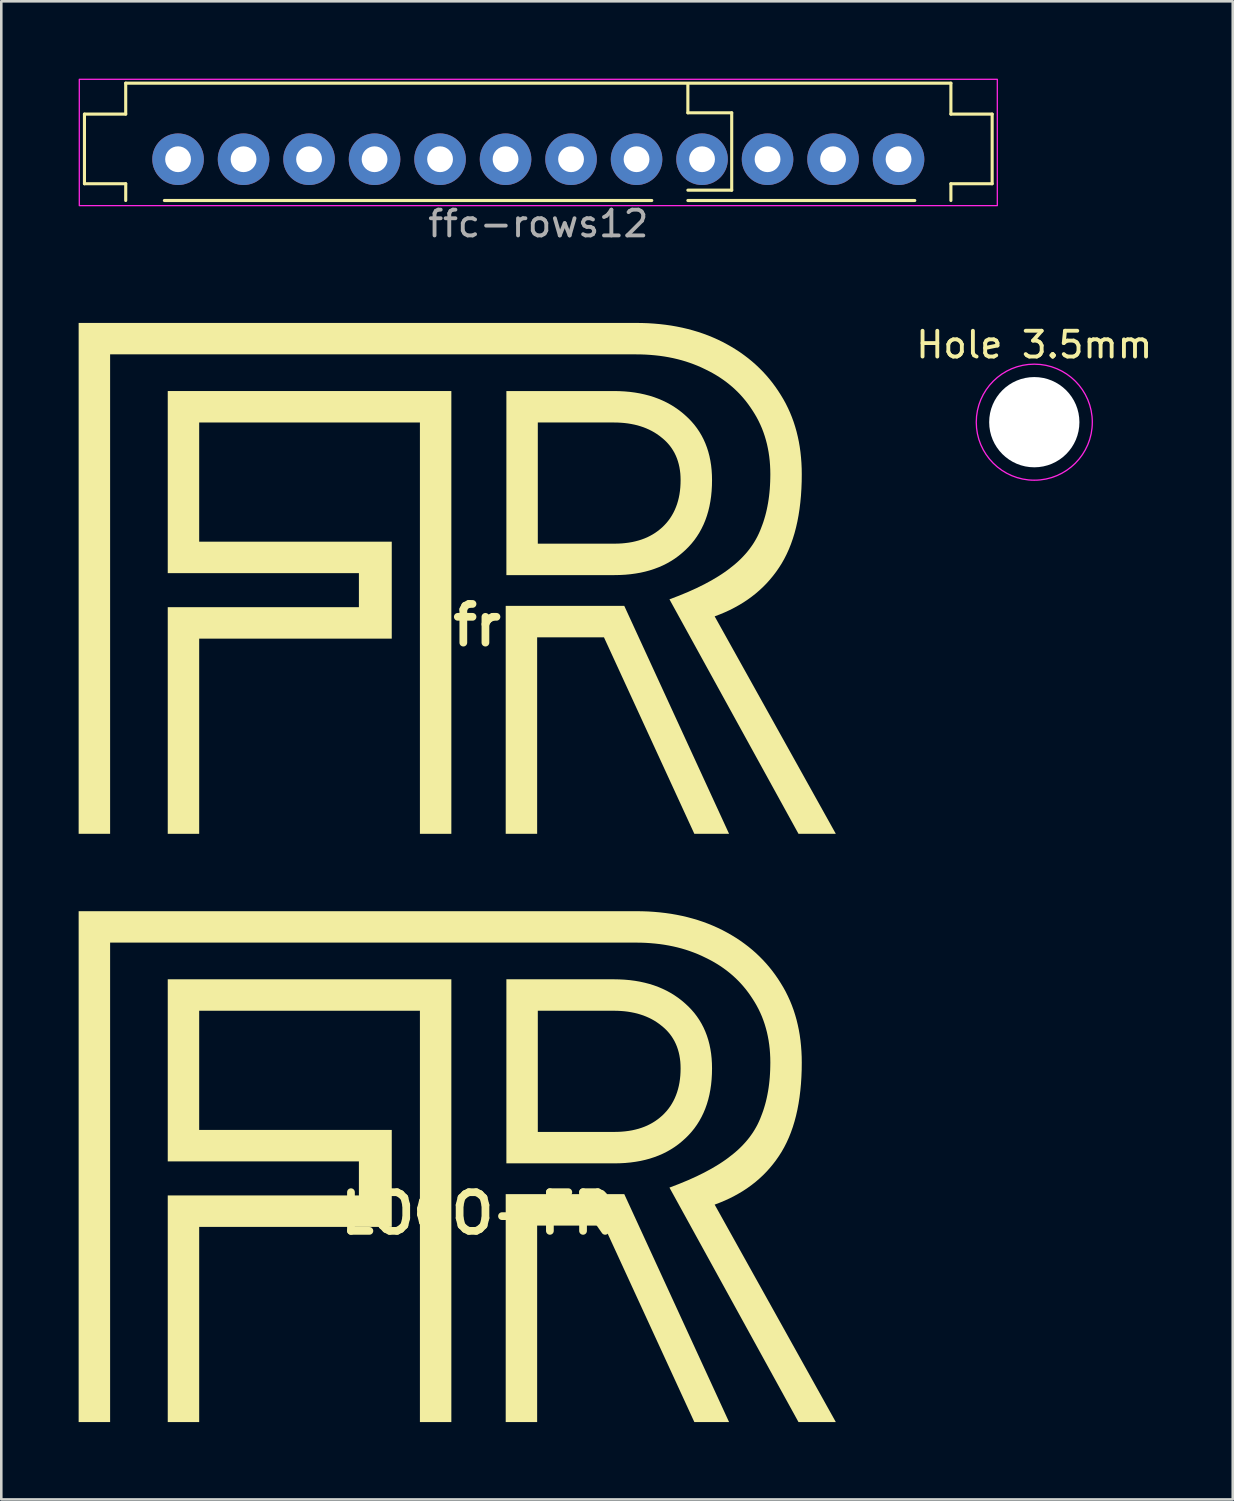
<source format=kicad_pcb>
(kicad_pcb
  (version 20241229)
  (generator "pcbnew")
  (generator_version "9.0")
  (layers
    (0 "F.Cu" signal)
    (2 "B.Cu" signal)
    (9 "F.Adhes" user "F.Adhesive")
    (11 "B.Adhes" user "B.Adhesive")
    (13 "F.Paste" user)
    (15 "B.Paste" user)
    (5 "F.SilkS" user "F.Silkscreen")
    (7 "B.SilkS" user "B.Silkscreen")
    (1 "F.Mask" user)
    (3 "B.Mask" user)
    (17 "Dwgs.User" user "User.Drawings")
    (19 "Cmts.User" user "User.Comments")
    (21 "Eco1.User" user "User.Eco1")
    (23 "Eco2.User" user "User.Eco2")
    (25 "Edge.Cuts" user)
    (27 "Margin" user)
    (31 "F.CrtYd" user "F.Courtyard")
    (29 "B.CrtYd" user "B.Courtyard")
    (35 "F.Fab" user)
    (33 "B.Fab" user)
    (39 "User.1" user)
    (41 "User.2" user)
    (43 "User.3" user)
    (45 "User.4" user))
  (footprint "ffc-rows12"
    (layer "F.Cu")
    (at 17.825 2.125)
    (property "Reference" "ffc-rows12" (at 0 3.5 0) (layer "F.Fab") (effects (font (size 1 1) (thickness 0.15))))
    (attr through_hole)
    (fp_line (start -17.6 -0.75) (end -16 -0.75) (stroke (width 0.12) (type default)) (layer "F.SilkS"))
    (fp_line (start -17.6 1.95) (end -17.6 -0.75) (stroke (width 0.12) (type default)) (layer "F.SilkS"))
    (fp_line (start -16 -1.95) (end 16 -1.95) (stroke (width 0.12) (type solid)) (layer "F.SilkS"))
    (fp_line (start -16 -0.75) (end -16 -1.95) (stroke (width 0.12) (type solid)) (layer "F.SilkS"))
    (fp_line (start -16 1.95) (end -17.6 1.95) (stroke (width 0.12) (type default)) (layer "F.SilkS"))
    (fp_line (start -16 2.6) (end -15.999 1.95) (stroke (width 0.12) (type default)) (layer "F.SilkS"))
    (fp_line (start 4.4 2.6) (end -14.5 2.6) (stroke (width 0.12) (type solid)) (layer "F.SilkS"))
    (fp_line (start 5.8 -0.8) (end 5.8 -1.9) (stroke (width 0.12) (type solid)) (layer "F.SilkS"))
    (fp_line (start 5.8 2.2) (end 7.5 2.2) (stroke (width 0.12) (type default)) (layer "F.SilkS"))
    (fp_line (start 7.5 -0.8) (end 5.8 -0.8) (stroke (width 0.12) (type default)) (layer "F.SilkS"))
    (fp_line (start 7.5 2.2) (end 7.5 -0.8) (stroke (width 0.12) (type default)) (layer "F.SilkS"))
    (fp_line (start 14.6 2.6) (end 5.8 2.6) (stroke (width 0.12) (type solid)) (layer "F.SilkS"))
    (fp_line (start 16 -0.75) (end 16 -1.95) (stroke (width 0.12) (type solid)) (layer "F.SilkS"))
    (fp_line (start 16 1.95) (end 17.6 1.95) (stroke (width 0.12) (type default)) (layer "F.SilkS"))
    (fp_line (start 16 2.6) (end 16 1.95) (stroke (width 0.12) (type default)) (layer "F.SilkS"))
    (fp_line (start 17.6 -0.75) (end 16 -0.75) (stroke (width 0.12) (type default)) (layer "F.SilkS"))
    (fp_line (start 17.6 1.95) (end 17.6 -0.75) (stroke (width 0.12) (type default)) (layer "F.SilkS"))
    (fp_rect (start -17.8 -2.1) (end 17.8 2.8) (stroke (width 0.05) (type default)) (fill no) (layer "F.CrtYd"))
    (pad "1" thru_hole circle (at -13.97 1) (size 2 2) (drill 1) (layers "*.Cu" "*.Mask"))
    (pad "2" thru_hole circle (at -11.43 1) (size 2 2) (drill 1) (layers "*.Cu" "*.Mask"))
    (pad "3" thru_hole circle (at -8.89 1) (size 2 2) (drill 1) (layers "*.Cu" "*.Mask"))
    (pad "4" thru_hole circle (at -6.35 1) (size 2 2) (drill 1) (layers "*.Cu" "*.Mask"))
    (pad "5" thru_hole circle (at -3.81 1) (size 2 2) (drill 1) (layers "*.Cu" "*.Mask"))
    (pad "6" thru_hole circle (at -1.27 1) (size 2 2) (drill 1) (layers "*.Cu" "*.Mask"))
    (pad "7" thru_hole circle (at 1.27 1) (size 2 2) (drill 1) (layers "*.Cu" "*.Mask"))
    (pad "8" thru_hole circle (at 3.81 1) (size 2 2) (drill 1) (layers "*.Cu" "*.Mask"))
    (pad "9" thru_hole circle (at 6.35 1) (size 2 2) (drill 1) (layers "*.Cu" "*.Mask"))
    (pad "10" thru_hole circle (at 8.89 1) (size 2 2) (drill 1) (layers "*.Cu" "*.Mask"))
    (pad "11" thru_hole circle (at 11.43 1) (size 2 2) (drill 1) (layers "*.Cu" "*.Mask"))
    (pad "12" thru_hole circle (at 13.97 1) (size 2 2) (drill 1) (layers "*.Cu" "*.Mask")))
  (footprint "LOGO-FR"
    (layer "F.Cu")
    (at 15.453 44.004)
    (property "Reference" "LOGO-FR" (at 0 0 0) (layer "F.SilkS") (effects (font (size 1.5 1.5) (thickness 0.3))))
    (attr board_only exclude_from_pos_files exclude_from_bom)
    (fp_poly (pts (xy 9.77 8.093) (xy 8.423 8.093) (xy 4.918 0.473) (xy 2.327 0.473) (xy 2.327 8.093) (xy 1.108 8.093) (xy 1.108 -0.746) (xy 5.706 -0.746)) (stroke (width 0) (type solid)) (fill yes) (layer "F.SilkS"))
    (fp_poly (pts (xy -1 8.093) (xy -2.219 8.093) (xy -2.219 -7.858) (xy -10.779 -7.858) (xy -10.779 -3.236) (xy -3.311 -3.236) (xy -3.311 -2.016) (xy -3.311 -0.696) (xy -3.311 0.524) (xy -10.779 0.524) (xy -10.779 8.093) (xy -11.998 8.093) (xy -11.998 -0.696) (xy -4.585 -0.696) (xy -4.585 -2.016) (xy -11.998 -2.016) (xy -11.998 -9.078) (xy -2.219 -9.078) (xy -1 -9.078)) (stroke (width 0) (type solid)) (fill yes) (layer "F.SilkS"))
    (fp_poly (pts (xy 5.512 -9.074) (xy 5.72 -9.063) (xy 5.923 -9.045) (xy 6.12 -9.019) (xy 6.312 -8.986) (xy 6.498 -8.945) (xy 6.679 -8.898) (xy 6.855 -8.843) (xy 7.025 -8.78) (xy 7.19 -8.71) (xy 7.35 -8.633) (xy 7.504 -8.549) (xy 7.653 -8.457) (xy 7.797 -8.358) (xy 7.935 -8.252) (xy 8.068 -8.138) (xy 8.194 -8.021) (xy 8.312 -7.898) (xy 8.422 -7.771) (xy 8.523 -7.638) (xy 8.617 -7.499) (xy 8.702 -7.356) (xy 8.78 -7.206) (xy 8.849 -7.052) (xy 8.91 -6.892) (xy 8.963 -6.727) (xy 9.008 -6.556) (xy 9.044 -6.38) (xy 9.073 -6.199) (xy 9.093 -6.013) (xy 9.105 -5.821) (xy 9.109 -5.623) (xy 9.105 -5.407) (xy 9.093 -5.197) (xy 9.073 -4.994) (xy 9.044 -4.796) (xy 9.008 -4.605) (xy 8.963 -4.419) (xy 8.91 -4.24) (xy 8.849 -4.067) (xy 8.78 -3.901) (xy 8.702 -3.74) (xy 8.617 -3.586) (xy 8.523 -3.437) (xy 8.422 -3.295) (xy 8.312 -3.159) (xy 8.194 -3.029) (xy 8.068 -2.905) (xy 7.938 -2.789) (xy 7.803 -2.679) (xy 7.662 -2.577) (xy 7.515 -2.483) (xy 7.363 -2.396) (xy 7.206 -2.317) (xy 7.043 -2.246) (xy 6.874 -2.182) (xy 6.7 -2.125) (xy 6.52 -2.076) (xy 6.335 -2.034) (xy 6.144 -2.001) (xy 5.947 -1.974) (xy 5.745 -1.955) (xy 5.538 -1.944) (xy 5.325 -1.94) (xy 1.134 -1.94) (xy 1.134 -3.159) (xy 2.353 -3.159) (xy 5.325 -3.159) (xy 5.469 -3.162) (xy 5.609 -3.169) (xy 5.746 -3.182) (xy 5.879 -3.199) (xy 6.008 -3.221) (xy 6.133 -3.249) (xy 6.255 -3.281) (xy 6.372 -3.318) (xy 6.486 -3.36) (xy 6.597 -3.407) (xy 6.703 -3.46) (xy 6.806 -3.517) (xy 6.905 -3.579) (xy 7 -3.646) (xy 7.091 -3.718) (xy 7.179 -3.794) (xy 7.265 -3.879) (xy 7.346 -3.967) (xy 7.421 -4.06) (xy 7.49 -4.156) (xy 7.554 -4.257) (xy 7.612 -4.361) (xy 7.665 -4.469) (xy 7.712 -4.582) (xy 7.754 -4.698) (xy 7.79 -4.818) (xy 7.821 -4.943) (xy 7.846 -5.071) (xy 7.865 -5.203) (xy 7.879 -5.339) (xy 7.887 -5.479) (xy 7.89 -5.623) (xy 7.887 -5.755) (xy 7.879 -5.882) (xy 7.864 -6.006) (xy 7.844 -6.126) (xy 7.818 -6.243) (xy 7.786 -6.355) (xy 7.749 -6.464) (xy 7.706 -6.569) (xy 7.657 -6.671) (xy 7.602 -6.768) (xy 7.542 -6.862) (xy 7.476 -6.952) (xy 7.404 -7.038) (xy 7.326 -7.121) (xy 7.243 -7.199) (xy 7.153 -7.274) (xy 7.063 -7.345) (xy 6.969 -7.411) (xy 6.872 -7.473) (xy 6.771 -7.53) (xy 6.667 -7.582) (xy 6.559 -7.63) (xy 6.448 -7.674) (xy 6.334 -7.712) (xy 6.217 -7.747) (xy 6.096 -7.776) (xy 5.971 -7.801) (xy 5.844 -7.822) (xy 5.713 -7.838) (xy 5.578 -7.849) (xy 5.44 -7.856) (xy 5.299 -7.858) (xy 2.353 -7.858) (xy 2.353 -3.159) (xy 1.134 -3.159) (xy 1.134 -9.078) (xy 5.299 -9.078)) (stroke (width 0) (type solid)) (fill yes) (layer "F.SilkS"))
    (fp_poly (pts (xy 6.399 -11.716) (xy 6.632 -11.708) (xy 6.861 -11.693) (xy 7.087 -11.673) (xy 7.309 -11.647) (xy 7.527 -11.616) (xy 7.742 -11.578) (xy 7.954 -11.535) (xy 8.161 -11.486) (xy 8.365 -11.431) (xy 8.566 -11.371) (xy 8.763 -11.305) (xy 8.957 -11.233) (xy 9.147 -11.155) (xy 9.333 -11.072) (xy 9.516 -10.983) (xy 9.694 -10.888) (xy 9.868 -10.789) (xy 10.036 -10.686) (xy 10.2 -10.578) (xy 10.358 -10.465) (xy 10.512 -10.348) (xy 10.661 -10.226) (xy 10.805 -10.1) (xy 10.943 -9.969) (xy 11.077 -9.834) (xy 11.206 -9.694) (xy 11.33 -9.549) (xy 11.449 -9.4) (xy 11.563 -9.246) (xy 11.672 -9.088) (xy 11.776 -8.925) (xy 11.875 -8.761) (xy 11.967 -8.594) (xy 12.052 -8.422) (xy 12.132 -8.247) (xy 12.205 -8.068) (xy 12.272 -7.886) (xy 12.332 -7.699) (xy 12.386 -7.509) (xy 12.433 -7.315) (xy 12.475 -7.117) (xy 12.51 -6.916) (xy 12.538 -6.711) (xy 12.56 -6.502) (xy 12.576 -6.289) (xy 12.586 -6.072) (xy 12.589 -5.852) (xy 12.586 -5.567) (xy 12.575 -5.289) (xy 12.558 -5.02) (xy 12.533 -4.758) (xy 12.502 -4.504) (xy 12.464 -4.258) (xy 12.419 -4.019) (xy 12.367 -3.788) (xy 12.308 -3.565) (xy 12.242 -3.35) (xy 12.169 -3.142) (xy 12.089 -2.942) (xy 12.002 -2.75) (xy 11.908 -2.565) (xy 11.808 -2.389) (xy 11.7 -2.22) (xy 11.589 -2.06) (xy 11.472 -1.907) (xy 11.349 -1.759) (xy 11.221 -1.616) (xy 11.086 -1.479) (xy 10.945 -1.348) (xy 10.799 -1.222) (xy 10.646 -1.102) (xy 10.487 -0.987) (xy 10.323 -0.878) (xy 10.152 -0.775) (xy 9.976 -0.677) (xy 9.794 -0.584) (xy 9.605 -0.497) (xy 9.411 -0.416) (xy 9.211 -0.34) (xy 13.91 8.093) (xy 12.462 8.093) (xy 7.458 -1) (xy 7.829 -1.142) (xy 8.177 -1.286) (xy 8.505 -1.434) (xy 8.811 -1.585) (xy 9.095 -1.739) (xy 9.358 -1.896) (xy 9.482 -1.976) (xy 9.6 -2.056) (xy 9.713 -2.137) (xy 9.82 -2.22) (xy 9.926 -2.303) (xy 10.028 -2.388) (xy 10.126 -2.475) (xy 10.219 -2.564) (xy 10.308 -2.655) (xy 10.393 -2.747) (xy 10.474 -2.841) (xy 10.551 -2.937) (xy 10.623 -3.035) (xy 10.692 -3.134) (xy 10.756 -3.236) (xy 10.816 -3.339) (xy 10.872 -3.444) (xy 10.923 -3.55) (xy 10.971 -3.659) (xy 11.014 -3.769) (xy 11.057 -3.881) (xy 11.098 -3.996) (xy 11.135 -4.113) (xy 11.17 -4.233) (xy 11.202 -4.354) (xy 11.231 -4.479) (xy 11.257 -4.605) (xy 11.281 -4.734) (xy 11.302 -4.866) (xy 11.32 -4.999) (xy 11.335 -5.135) (xy 11.348 -5.274) (xy 11.357 -5.415) (xy 11.364 -5.558) (xy 11.368 -5.704) (xy 11.37 -5.852) (xy 11.367 -6.028) (xy 11.359 -6.201) (xy 11.346 -6.372) (xy 11.327 -6.539) (xy 11.303 -6.704) (xy 11.273 -6.865) (xy 11.239 -7.023) (xy 11.198 -7.179) (xy 11.153 -7.331) (xy 11.102 -7.481) (xy 11.046 -7.628) (xy 10.984 -7.771) (xy 10.917 -7.912) (xy 10.845 -8.049) (xy 10.767 -8.184) (xy 10.684 -8.316) (xy 10.599 -8.444) (xy 10.511 -8.568) (xy 10.419 -8.689) (xy 10.322 -8.806) (xy 10.222 -8.919) (xy 10.117 -9.029) (xy 10.009 -9.134) (xy 9.897 -9.236) (xy 9.78 -9.334) (xy 9.66 -9.429) (xy 9.536 -9.519) (xy 9.408 -9.606) (xy 9.276 -9.689) (xy 9.139 -9.769) (xy 8.999 -9.844) (xy 8.855 -9.916) (xy 8.708 -9.987) (xy 8.558 -10.053) (xy 8.405 -10.114) (xy 8.249 -10.171) (xy 8.09 -10.224) (xy 7.929 -10.272) (xy 7.765 -10.315) (xy 7.598 -10.354) (xy 7.428 -10.388) (xy 7.256 -10.418) (xy 7.081 -10.443) (xy 6.903 -10.463) (xy 6.722 -10.479) (xy 6.538 -10.491) (xy 6.352 -10.498) (xy 6.163 -10.5) (xy -1 -10.5) (xy -2.219 -10.5) (xy -14.233 -10.5) (xy -14.233 8.093) (xy -15.453 8.093) (xy -15.453 -11.719) (xy -2.219 -11.719) (xy 6.163 -11.719)) (stroke (width 0) (type solid)) (fill yes) (layer "F.SilkS")))
  (footprint "Hole 3.5mm"
    (layer "F.Cu")
    (at 37.059 13.322)
    (property "Reference" "Hole 3.5mm" (at 0 -3 0) (layer "F.SilkS") (effects (font (size 1 1) (thickness 0.15))))
    (attr exclude_from_pos_files exclude_from_bom)
    (fp_circle (center 0 0) (end 2.25 0) (stroke (width 0.05) (type solid)) (fill no) (layer "F.CrtYd"))
    (pad "" np_thru_hole circle (at 0 0) (size 3.5 3.5) (drill 3.5) (layers "*.Cu" "*.Mask")))
  (footprint "fr"
    (layer "F.Cu")
    (at 15.453 21.192)
    (property "Reference" "fr" (at 0 0 0) (layer "F.SilkS") (effects (font (size 1.5 1.5) (thickness 0.3))))
    (attr board_only exclude_from_pos_files exclude_from_bom)
    (fp_poly (pts (xy 9.77 8.093) (xy 8.423 8.093) (xy 4.918 0.473) (xy 2.327 0.473) (xy 2.327 8.093) (xy 1.108 8.093) (xy 1.108 -0.746) (xy 5.706 -0.746)) (stroke (width 0) (type solid)) (fill yes) (layer "F.SilkS"))
    (fp_poly (pts (xy -1 8.093) (xy -2.219 8.093) (xy -2.219 -7.858) (xy -10.779 -7.858) (xy -10.779 -3.236) (xy -3.311 -3.236) (xy -3.311 -2.016) (xy -3.311 -0.696) (xy -3.311 0.524) (xy -10.779 0.524) (xy -10.779 8.093) (xy -11.998 8.093) (xy -11.998 -0.696) (xy -4.585 -0.696) (xy -4.585 -2.016) (xy -11.998 -2.016) (xy -11.998 -9.078) (xy -2.219 -9.078) (xy -1 -9.078)) (stroke (width 0) (type solid)) (fill yes) (layer "F.SilkS"))
    (fp_poly (pts (xy 5.512 -9.074) (xy 5.72 -9.063) (xy 5.923 -9.045) (xy 6.12 -9.019) (xy 6.312 -8.986) (xy 6.498 -8.945) (xy 6.679 -8.898) (xy 6.855 -8.843) (xy 7.025 -8.78) (xy 7.19 -8.71) (xy 7.35 -8.633) (xy 7.504 -8.549) (xy 7.653 -8.457) (xy 7.797 -8.358) (xy 7.935 -8.252) (xy 8.068 -8.138) (xy 8.194 -8.021) (xy 8.312 -7.898) (xy 8.422 -7.771) (xy 8.523 -7.638) (xy 8.617 -7.499) (xy 8.702 -7.356) (xy 8.78 -7.206) (xy 8.849 -7.052) (xy 8.91 -6.892) (xy 8.963 -6.727) (xy 9.008 -6.556) (xy 9.044 -6.38) (xy 9.073 -6.199) (xy 9.093 -6.013) (xy 9.105 -5.821) (xy 9.109 -5.623) (xy 9.105 -5.407) (xy 9.093 -5.197) (xy 9.073 -4.994) (xy 9.044 -4.796) (xy 9.008 -4.605) (xy 8.963 -4.419) (xy 8.91 -4.24) (xy 8.849 -4.067) (xy 8.78 -3.901) (xy 8.702 -3.74) (xy 8.617 -3.586) (xy 8.523 -3.437) (xy 8.422 -3.295) (xy 8.312 -3.159) (xy 8.194 -3.029) (xy 8.068 -2.905) (xy 7.938 -2.789) (xy 7.803 -2.679) (xy 7.662 -2.577) (xy 7.515 -2.483) (xy 7.363 -2.396) (xy 7.206 -2.317) (xy 7.043 -2.246) (xy 6.874 -2.182) (xy 6.7 -2.125) (xy 6.52 -2.076) (xy 6.335 -2.034) (xy 6.144 -2.001) (xy 5.947 -1.974) (xy 5.745 -1.955) (xy 5.538 -1.944) (xy 5.325 -1.94) (xy 1.134 -1.94) (xy 1.134 -3.159) (xy 2.353 -3.159) (xy 5.325 -3.159) (xy 5.469 -3.162) (xy 5.609 -3.169) (xy 5.746 -3.182) (xy 5.879 -3.199) (xy 6.008 -3.221) (xy 6.133 -3.249) (xy 6.255 -3.281) (xy 6.372 -3.318) (xy 6.486 -3.36) (xy 6.597 -3.407) (xy 6.703 -3.46) (xy 6.806 -3.517) (xy 6.905 -3.579) (xy 7 -3.646) (xy 7.091 -3.718) (xy 7.179 -3.794) (xy 7.265 -3.879) (xy 7.346 -3.967) (xy 7.421 -4.06) (xy 7.49 -4.156) (xy 7.554 -4.257) (xy 7.612 -4.361) (xy 7.665 -4.469) (xy 7.712 -4.582) (xy 7.754 -4.698) (xy 7.79 -4.818) (xy 7.821 -4.943) (xy 7.846 -5.071) (xy 7.865 -5.203) (xy 7.879 -5.339) (xy 7.887 -5.479) (xy 7.89 -5.623) (xy 7.887 -5.755) (xy 7.879 -5.882) (xy 7.864 -6.006) (xy 7.844 -6.126) (xy 7.818 -6.243) (xy 7.786 -6.355) (xy 7.749 -6.464) (xy 7.706 -6.569) (xy 7.657 -6.671) (xy 7.602 -6.768) (xy 7.542 -6.862) (xy 7.476 -6.952) (xy 7.404 -7.038) (xy 7.326 -7.121) (xy 7.243 -7.199) (xy 7.153 -7.274) (xy 7.063 -7.345) (xy 6.969 -7.411) (xy 6.872 -7.473) (xy 6.771 -7.53) (xy 6.667 -7.582) (xy 6.559 -7.63) (xy 6.448 -7.674) (xy 6.334 -7.712) (xy 6.217 -7.747) (xy 6.096 -7.776) (xy 5.971 -7.801) (xy 5.844 -7.822) (xy 5.713 -7.838) (xy 5.578 -7.849) (xy 5.44 -7.856) (xy 5.299 -7.858) (xy 2.353 -7.858) (xy 2.353 -3.159) (xy 1.134 -3.159) (xy 1.134 -9.078) (xy 5.299 -9.078)) (stroke (width 0) (type solid)) (fill yes) (layer "F.SilkS"))
    (fp_poly (pts (xy 6.399 -11.716) (xy 6.632 -11.708) (xy 6.861 -11.693) (xy 7.087 -11.673) (xy 7.309 -11.647) (xy 7.527 -11.616) (xy 7.742 -11.578) (xy 7.954 -11.535) (xy 8.161 -11.486) (xy 8.365 -11.431) (xy 8.566 -11.371) (xy 8.763 -11.305) (xy 8.957 -11.233) (xy 9.147 -11.155) (xy 9.333 -11.072) (xy 9.516 -10.983) (xy 9.694 -10.888) (xy 9.868 -10.789) (xy 10.036 -10.686) (xy 10.2 -10.578) (xy 10.358 -10.465) (xy 10.512 -10.348) (xy 10.661 -10.226) (xy 10.805 -10.1) (xy 10.943 -9.969) (xy 11.077 -9.834) (xy 11.206 -9.694) (xy 11.33 -9.549) (xy 11.449 -9.4) (xy 11.563 -9.246) (xy 11.672 -9.088) (xy 11.776 -8.925) (xy 11.875 -8.761) (xy 11.967 -8.594) (xy 12.052 -8.422) (xy 12.132 -8.247) (xy 12.205 -8.068) (xy 12.272 -7.886) (xy 12.332 -7.699) (xy 12.386 -7.509) (xy 12.433 -7.315) (xy 12.475 -7.117) (xy 12.51 -6.916) (xy 12.538 -6.711) (xy 12.56 -6.502) (xy 12.576 -6.289) (xy 12.586 -6.072) (xy 12.589 -5.852) (xy 12.586 -5.567) (xy 12.575 -5.289) (xy 12.558 -5.02) (xy 12.533 -4.758) (xy 12.502 -4.504) (xy 12.464 -4.258) (xy 12.419 -4.019) (xy 12.367 -3.788) (xy 12.308 -3.565) (xy 12.242 -3.35) (xy 12.169 -3.142) (xy 12.089 -2.942) (xy 12.002 -2.75) (xy 11.908 -2.565) (xy 11.808 -2.389) (xy 11.7 -2.22) (xy 11.589 -2.06) (xy 11.472 -1.907) (xy 11.349 -1.759) (xy 11.221 -1.616) (xy 11.086 -1.479) (xy 10.945 -1.348) (xy 10.799 -1.222) (xy 10.646 -1.102) (xy 10.487 -0.987) (xy 10.323 -0.878) (xy 10.152 -0.775) (xy 9.976 -0.677) (xy 9.794 -0.584) (xy 9.605 -0.497) (xy 9.411 -0.416) (xy 9.211 -0.34) (xy 13.91 8.093) (xy 12.462 8.093) (xy 7.458 -1) (xy 7.829 -1.142) (xy 8.177 -1.286) (xy 8.505 -1.434) (xy 8.811 -1.585) (xy 9.095 -1.739) (xy 9.358 -1.896) (xy 9.482 -1.976) (xy 9.6 -2.056) (xy 9.713 -2.137) (xy 9.82 -2.22) (xy 9.926 -2.303) (xy 10.028 -2.388) (xy 10.126 -2.475) (xy 10.219 -2.564) (xy 10.308 -2.655) (xy 10.393 -2.747) (xy 10.474 -2.841) (xy 10.551 -2.937) (xy 10.623 -3.035) (xy 10.692 -3.134) (xy 10.756 -3.236) (xy 10.816 -3.339) (xy 10.872 -3.444) (xy 10.923 -3.55) (xy 10.971 -3.659) (xy 11.014 -3.769) (xy 11.057 -3.881) (xy 11.098 -3.996) (xy 11.135 -4.113) (xy 11.17 -4.233) (xy 11.202 -4.354) (xy 11.231 -4.479) (xy 11.257 -4.605) (xy 11.281 -4.734) (xy 11.302 -4.866) (xy 11.32 -4.999) (xy 11.335 -5.135) (xy 11.348 -5.274) (xy 11.357 -5.415) (xy 11.364 -5.558) (xy 11.368 -5.704) (xy 11.37 -5.852) (xy 11.367 -6.028) (xy 11.359 -6.201) (xy 11.346 -6.372) (xy 11.327 -6.539) (xy 11.303 -6.704) (xy 11.273 -6.865) (xy 11.239 -7.023) (xy 11.198 -7.179) (xy 11.153 -7.331) (xy 11.102 -7.481) (xy 11.046 -7.628) (xy 10.984 -7.771) (xy 10.917 -7.912) (xy 10.845 -8.049) (xy 10.767 -8.184) (xy 10.684 -8.316) (xy 10.599 -8.444) (xy 10.511 -8.568) (xy 10.419 -8.689) (xy 10.322 -8.806) (xy 10.222 -8.919) (xy 10.117 -9.029) (xy 10.009 -9.134) (xy 9.897 -9.236) (xy 9.78 -9.334) (xy 9.66 -9.429) (xy 9.536 -9.519) (xy 9.408 -9.606) (xy 9.276 -9.689) (xy 9.139 -9.769) (xy 8.999 -9.844) (xy 8.855 -9.916) (xy 8.708 -9.987) (xy 8.558 -10.053) (xy 8.405 -10.114) (xy 8.249 -10.171) (xy 8.09 -10.224) (xy 7.929 -10.272) (xy 7.765 -10.315) (xy 7.598 -10.354) (xy 7.428 -10.388) (xy 7.256 -10.418) (xy 7.081 -10.443) (xy 6.903 -10.463) (xy 6.722 -10.479) (xy 6.538 -10.491) (xy 6.352 -10.498) (xy 6.163 -10.5) (xy -1 -10.5) (xy -2.219 -10.5) (xy -14.233 -10.5) (xy -14.233 8.093) (xy -15.453 8.093) (xy -15.453 -11.719) (xy -2.219 -11.719) (xy 6.163 -11.719)) (stroke (width 0) (type solid)) (fill yes) (layer "F.SilkS")))
  (gr_rect
    (start -3 -3)
    (end 44.755 55.097)
    (stroke (width 0.1) (type default))
    (fill no)
    (layer "Edge.Cuts")))
</source>
